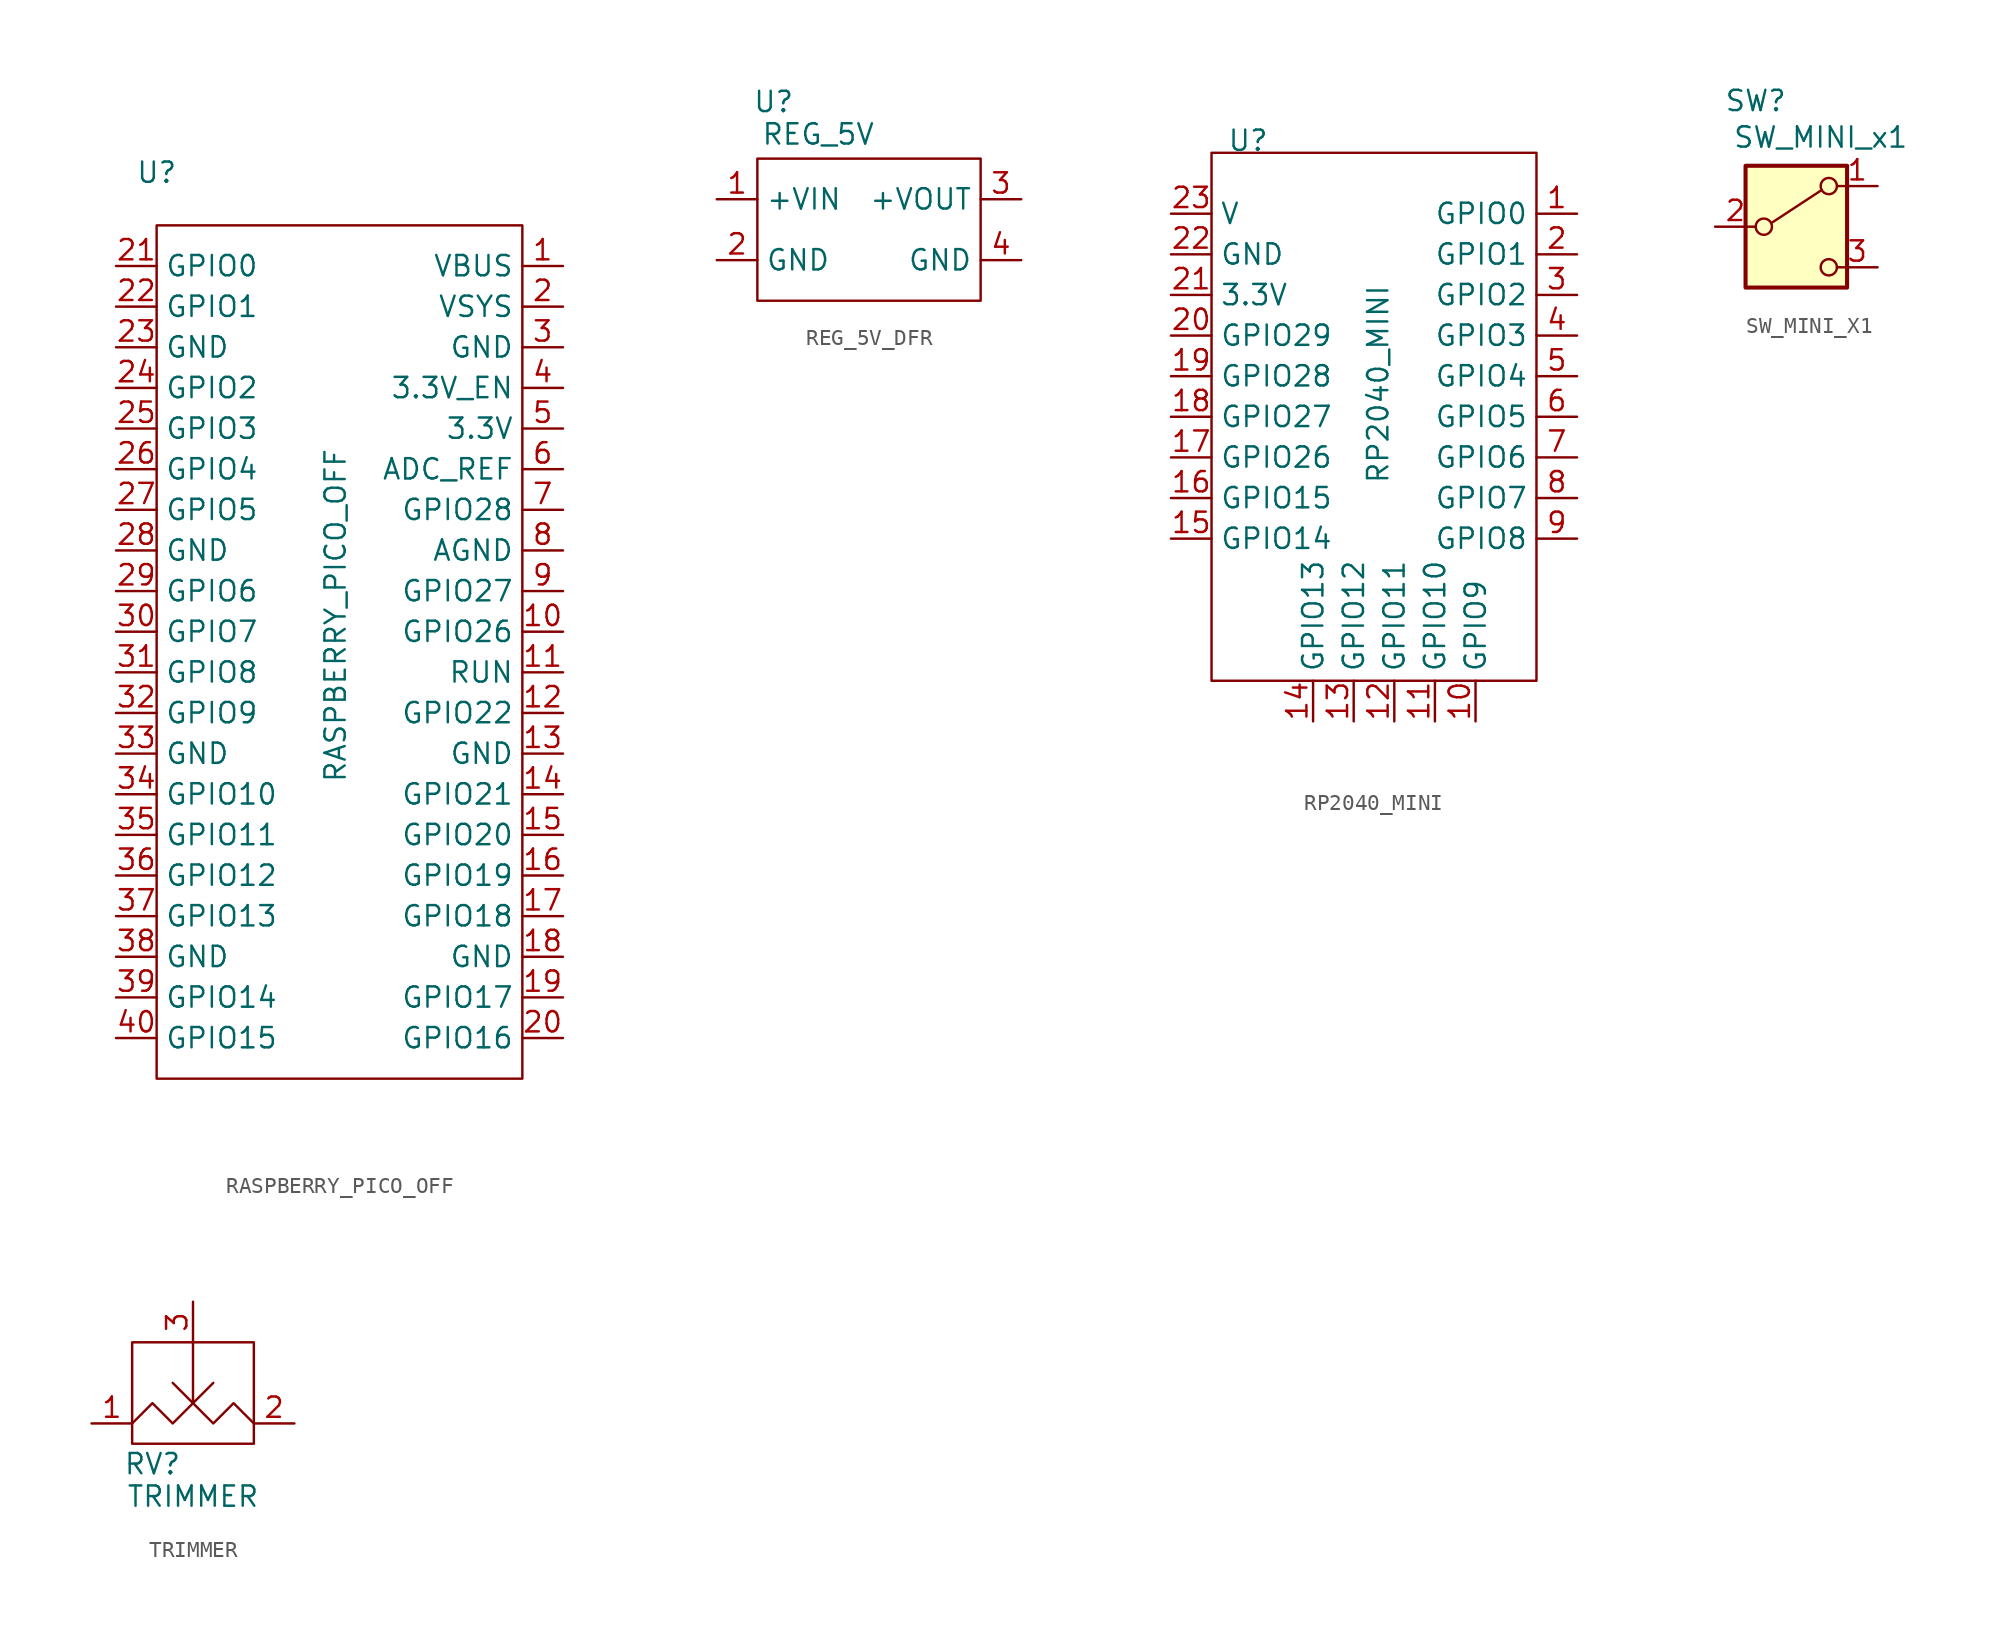
<source format=kicad_sym>
(kicad_symbol_lib
  (version 20241209)
  (generator "kicad_symbol_editor")
  (generator_version "9.0")
  (symbol "RASPBERRY_PICO_OFF"
    (property "Reference" "U"
      (at -11.43 24.892 0)
      (effects (font (size 1.27 1.27))))
    (property "Value" "RASPBERRY_PICO_OFF"
      (at -0.254 -2.794 90)
      (effects (font (size 1.27 1.27))))
    (symbol "RASPBERRY_PICO_OFF_0_1"
      (rectangle (start -11.43 21.59) (end 11.43 -31.75) (stroke (width 0) (type default)) (fill (type none))))
    (symbol "RASPBERRY_PICO_OFF_1_1"
      (pin bidirectional line (at -13.97 19.05 0) (length 2.54) (name "GPIO0" (effects (font (size 1.27 1.27)))) (number "21" (effects (font (size 1.27 1.27)))))
      (pin bidirectional line (at -13.97 16.51 0) (length 2.54) (name "GPIO1" (effects (font (size 1.27 1.27)))) (number "22" (effects (font (size 1.27 1.27)))))
      (pin bidirectional line (at -13.97 13.97 0) (length 2.54) (name "GND" (effects (font (size 1.27 1.27)))) (number "23" (effects (font (size 1.27 1.27)))))
      (pin bidirectional line (at -13.97 11.43 0) (length 2.54) (name "GPIO2" (effects (font (size 1.27 1.27)))) (number "24" (effects (font (size 1.27 1.27)))))
      (pin bidirectional line (at -13.97 8.89 0) (length 2.54) (name "GPIO3" (effects (font (size 1.27 1.27)))) (number "25" (effects (font (size 1.27 1.27)))))
      (pin bidirectional line (at -13.97 6.35 0) (length 2.54) (name "GPIO4" (effects (font (size 1.27 1.27)))) (number "26" (effects (font (size 1.27 1.27)))))
      (pin bidirectional line (at -13.97 3.81 0) (length 2.54) (name "GPIO5" (effects (font (size 1.27 1.27)))) (number "27" (effects (font (size 1.27 1.27)))))
      (pin bidirectional line (at -13.97 1.27 0) (length 2.54) (name "GND" (effects (font (size 1.27 1.27)))) (number "28" (effects (font (size 1.27 1.27)))))
      (pin bidirectional line (at -13.97 -1.27 0) (length 2.54) (name "GPIO6" (effects (font (size 1.27 1.27)))) (number "29" (effects (font (size 1.27 1.27)))))
      (pin bidirectional line (at -13.97 -3.81 0) (length 2.54) (name "GPIO7" (effects (font (size 1.27 1.27)))) (number "30" (effects (font (size 1.27 1.27)))))
      (pin bidirectional line (at -13.97 -6.35 0) (length 2.54) (name "GPIO8" (effects (font (size 1.27 1.27)))) (number "31" (effects (font (size 1.27 1.27)))))
      (pin bidirectional line (at -13.97 -8.89 0) (length 2.54) (name "GPIO9" (effects (font (size 1.27 1.27)))) (number "32" (effects (font (size 1.27 1.27)))))
      (pin bidirectional line (at -13.97 -11.43 0) (length 2.54) (name "GND" (effects (font (size 1.27 1.27)))) (number "33" (effects (font (size 1.27 1.27)))))
      (pin bidirectional line (at -13.97 -13.97 0) (length 2.54) (name "GPIO10" (effects (font (size 1.27 1.27)))) (number "34" (effects (font (size 1.27 1.27)))))
      (pin bidirectional line (at -13.97 -16.51 0) (length 2.54) (name "GPIO11" (effects (font (size 1.27 1.27)))) (number "35" (effects (font (size 1.27 1.27)))))
      (pin bidirectional line (at -13.97 -19.05 0) (length 2.54) (name "GPIO12" (effects (font (size 1.27 1.27)))) (number "36" (effects (font (size 1.27 1.27)))))
      (pin bidirectional line (at -13.97 -21.59 0) (length 2.54) (name "GPIO13" (effects (font (size 1.27 1.27)))) (number "37" (effects (font (size 1.27 1.27)))))
      (pin bidirectional line (at -13.97 -24.13 0) (length 2.54) (name "GND" (effects (font (size 1.27 1.27)))) (number "38" (effects (font (size 1.27 1.27)))))
      (pin bidirectional line (at -13.97 -26.67 0) (length 2.54) (name "GPIO14" (effects (font (size 1.27 1.27)))) (number "39" (effects (font (size 1.27 1.27)))))
      (pin bidirectional line (at -13.97 -29.21 0) (length 2.54) (name "GPIO15" (effects (font (size 1.27 1.27)))) (number "40" (effects (font (size 1.27 1.27)))))
      (pin power_in line (at 13.97 19.05 180) (length 2.54) (name "VBUS" (effects (font (size 1.27 1.27)))) (number "1" (effects (font (size 1.27 1.27)))))
      (pin power_in line (at 13.97 16.51 180) (length 2.54) (name "VSYS" (effects (font (size 1.27 1.27)))) (number "2" (effects (font (size 1.27 1.27)))))
      (pin power_in line (at 13.97 13.97 180) (length 2.54) (name "GND" (effects (font (size 1.27 1.27)))) (number "3" (effects (font (size 1.27 1.27)))))
      (pin bidirectional line (at 13.97 11.43 180) (length 2.54) (name "3.3V_EN" (effects (font (size 1.27 1.27)))) (number "4" (effects (font (size 1.27 1.27)))))
      (pin power_out line (at 13.97 8.89 180) (length 2.54) (name "3.3V" (effects (font (size 1.27 1.27)))) (number "5" (effects (font (size 1.27 1.27)))))
      (pin bidirectional line (at 13.97 6.35 180) (length 2.54) (name "ADC_REF" (effects (font (size 1.27 1.27)))) (number "6" (effects (font (size 1.27 1.27)))))
      (pin bidirectional line (at 13.97 3.81 180) (length 2.54) (name "GPIO28" (effects (font (size 1.27 1.27)))) (number "7" (effects (font (size 1.27 1.27)))))
      (pin bidirectional line (at 13.97 1.27 180) (length 2.54) (name "AGND" (effects (font (size 1.27 1.27)))) (number "8" (effects (font (size 1.27 1.27)))))
      (pin bidirectional line (at 13.97 -1.27 180) (length 2.54) (name "GPIO27" (effects (font (size 1.27 1.27)))) (number "9" (effects (font (size 1.27 1.27)))))
      (pin bidirectional line (at 13.97 -3.81 180) (length 2.54) (name "GPIO26" (effects (font (size 1.27 1.27)))) (number "10" (effects (font (size 1.27 1.27)))))
      (pin bidirectional line (at 13.97 -6.35 180) (length 2.54) (name "RUN" (effects (font (size 1.27 1.27)))) (number "11" (effects (font (size 1.27 1.27)))))
      (pin bidirectional line (at 13.97 -8.89 180) (length 2.54) (name "GPIO22" (effects (font (size 1.27 1.27)))) (number "12" (effects (font (size 1.27 1.27)))))
      (pin bidirectional line (at 13.97 -11.43 180) (length 2.54) (name "GND" (effects (font (size 1.27 1.27)))) (number "13" (effects (font (size 1.27 1.27)))))
      (pin bidirectional line (at 13.97 -13.97 180) (length 2.54) (name "GPIO21" (effects (font (size 1.27 1.27)))) (number "14" (effects (font (size 1.27 1.27)))))
      (pin bidirectional line (at 13.97 -16.51 180) (length 2.54) (name "GPIO20" (effects (font (size 1.27 1.27)))) (number "15" (effects (font (size 1.27 1.27)))))
      (pin bidirectional line (at 13.97 -19.05 180) (length 2.54) (name "GPIO19" (effects (font (size 1.27 1.27)))) (number "16" (effects (font (size 1.27 1.27)))))
      (pin bidirectional line (at 13.97 -21.59 180) (length 2.54) (name "GPIO18" (effects (font (size 1.27 1.27)))) (number "17" (effects (font (size 1.27 1.27)))))
      (pin bidirectional line (at 13.97 -24.13 180) (length 2.54) (name "GND" (effects (font (size 1.27 1.27)))) (number "18" (effects (font (size 1.27 1.27)))))
      (pin bidirectional line (at 13.97 -26.67 180) (length 2.54) (name "GPIO17" (effects (font (size 1.27 1.27)))) (number "19" (effects (font (size 1.27 1.27)))))
      (pin bidirectional line (at 13.97 -29.21 180) (length 2.54) (name "GPIO16" (effects (font (size 1.27 1.27)))) (number "20" (effects (font (size 1.27 1.27)))))))
  (symbol "REG_5V_DFR"
    (property "Reference" "U"
      (at -7.874 11.176 0)
      (effects (font (size 1.27 1.27))))
    (property "Value" "REG_5V"
      (at -5.08 9.144 0)
      (effects (font (size 1.27 1.27))))
    (symbol "REG_5V_DFR_0_1"
      (rectangle (start -8.89 7.62) (end 5.08 -1.27) (stroke (width 0) (type default)) (fill (type none))))
    (symbol "REG_5V_DFR_1_1"
      (pin power_in line (at -11.43 5.08 0) (length 2.54) (name "+VIN" (effects (font (size 1.27 1.27)))) (number "1" (effects (font (size 1.27 1.27)))))
      (pin power_in line (at -11.43 1.27 0) (length 2.54) (name "GND" (effects (font (size 1.27 1.27)))) (number "2" (effects (font (size 1.27 1.27)))))
      (pin power_out line (at 7.62 5.08 180) (length 2.54) (name "+VOUT" (effects (font (size 1.27 1.27)))) (number "3" (effects (font (size 1.27 1.27)))))
      (pin power_out line (at 7.62 1.27 180) (length 2.54) (name "GND" (effects (font (size 1.27 1.27)))) (number "4" (effects (font (size 1.27 1.27)))))))
  (symbol "RP2040_MINI"
    (property "Reference" "U"
      (at -6.604 14.732 0)
      (effects (font (size 1.27 1.27))))
    (property "Value" "RP2040_MINI"
      (at 1.524 -0.508 90)
      (effects (font (size 1.27 1.27))))
    (symbol "RP2040_MINI_0_1"
      (rectangle (start -8.89 13.97) (end 11.43 -19.05) (stroke (width 0) (type default)) (fill (type none))))
    (symbol "RP2040_MINI_1_1"
      (pin power_in line (at -11.43 10.16 0) (length 2.54) (name "V" (effects (font (size 1.27 1.27)))) (number "23" (effects (font (size 1.27 1.27)))))
      (pin power_in line (at -11.43 7.62 0) (length 2.54) (name "GND" (effects (font (size 1.27 1.27)))) (number "22" (effects (font (size 1.27 1.27)))))
      (pin power_out line (at -11.43 5.08 0) (length 2.54) (name "3.3V" (effects (font (size 1.27 1.27)))) (number "21" (effects (font (size 1.27 1.27)))))
      (pin input line (at -11.43 2.54 0) (length 2.54) (name "GPIO29" (effects (font (size 1.27 1.27)))) (number "20" (effects (font (size 1.27 1.27)))))
      (pin input line (at -11.43 0 0) (length 2.54) (name "GPIO28" (effects (font (size 1.27 1.27)))) (number "19" (effects (font (size 1.27 1.27)))))
      (pin input line (at -11.43 -2.54 0) (length 2.54) (name "GPIO27" (effects (font (size 1.27 1.27)))) (number "18" (effects (font (size 1.27 1.27)))))
      (pin input line (at -11.43 -5.08 0) (length 2.54) (name "GPIO26" (effects (font (size 1.27 1.27)))) (number "17" (effects (font (size 1.27 1.27)))))
      (pin input line (at -11.43 -7.62 0) (length 2.54) (name "GPIO15" (effects (font (size 1.27 1.27)))) (number "16" (effects (font (size 1.27 1.27)))))
      (pin input line (at -11.43 -10.16 0) (length 2.54) (name "GPIO14" (effects (font (size 1.27 1.27)))) (number "15" (effects (font (size 1.27 1.27)))))
      (pin input line (at -2.54 -21.59 90) (length 2.54) (name "GPIO13" (effects (font (size 1.27 1.27)))) (number "14" (effects (font (size 1.27 1.27)))))
      (pin input line (at 0 -21.59 90) (length 2.54) (name "GPIO12" (effects (font (size 1.27 1.27)))) (number "13" (effects (font (size 1.27 1.27)))))
      (pin input line (at 2.54 -21.59 90) (length 2.54) (name "GPIO11" (effects (font (size 1.27 1.27)))) (number "12" (effects (font (size 1.27 1.27)))))
      (pin input line (at 5.08 -21.59 90) (length 2.54) (name "GPIO10" (effects (font (size 1.27 1.27)))) (number "11" (effects (font (size 1.27 1.27)))))
      (pin input line (at 7.62 -21.59 90) (length 2.54) (name "GPIO9" (effects (font (size 1.27 1.27)))) (number "10" (effects (font (size 1.27 1.27)))))
      (pin input line (at 13.97 10.16 180) (length 2.54) (name "GPIO0" (effects (font (size 1.27 1.27)))) (number "1" (effects (font (size 1.27 1.27)))))
      (pin input line (at 13.97 7.62 180) (length 2.54) (name "GPIO1" (effects (font (size 1.27 1.27)))) (number "2" (effects (font (size 1.27 1.27)))))
      (pin input line (at 13.97 5.08 180) (length 2.54) (name "GPIO2" (effects (font (size 1.27 1.27)))) (number "3" (effects (font (size 1.27 1.27)))))
      (pin input line (at 13.97 2.54 180) (length 2.54) (name "GPIO3" (effects (font (size 1.27 1.27)))) (number "4" (effects (font (size 1.27 1.27)))))
      (pin input line (at 13.97 0 180) (length 2.54) (name "GPIO4" (effects (font (size 1.27 1.27)))) (number "5" (effects (font (size 1.27 1.27)))))
      (pin input line (at 13.97 -2.54 180) (length 2.54) (name "GPIO5" (effects (font (size 1.27 1.27)))) (number "6" (effects (font (size 1.27 1.27)))))
      (pin input line (at 13.97 -5.08 180) (length 2.54) (name "GPIO6" (effects (font (size 1.27 1.27)))) (number "7" (effects (font (size 1.27 1.27)))))
      (pin input line (at 13.97 -7.62 180) (length 2.54) (name "GPIO7" (effects (font (size 1.27 1.27)))) (number "8" (effects (font (size 1.27 1.27)))))
      (pin input line (at 13.97 -10.16 180) (length 2.54) (name "GPIO8" (effects (font (size 1.27 1.27)))) (number "9" (effects (font (size 1.27 1.27)))))))
  (symbol "SW_MINI_X1"
    (pin_names
      (offset 0)
      (hide yes))
    (property "Reference" "SW"
      (at -2.54 7.874 0)
      (effects (font (size 1.27 1.27))))
    (property "Value" "SW_MINI_x1"
      (at 1.524 5.588 0)
      (effects (font (size 1.27 1.27))))
    (symbol "SW_MINI_X1_0_0"
      (circle (center -2.032 0) (radius 0.508) (stroke (width 0) (type default)) (fill (type none)))
      (circle (center 2.032 -2.54) (radius 0.508) (stroke (width 0) (type default)) (fill (type none))))
    (symbol "SW_MINI_X1_0_1"
      (rectangle (start -3.175 3.81) (end 3.175 -3.81) (stroke (width 0.254) (type default)) (fill (type background)))
      (polyline (pts (xy -1.524 0.254) (xy 1.575 2.286)) (stroke (width 0) (type default)) (fill (type none)))
      (circle (center 2.032 2.54) (radius 0.508) (stroke (width 0) (type default)) (fill (type none))))
    (symbol "SW_MINI_X1_1_1"
      (pin passive line (at -5.08 0 0) (length 2.54) (name "B" (effects (font (size 1.27 1.27)))) (number "2" (effects (font (size 1.27 1.27)))))
      (pin passive line (at 5.08 2.54 180) (length 2.54) (name "A" (effects (font (size 1.27 1.27)))) (number "1" (effects (font (size 1.27 1.27)))))
      (pin passive line (at 5.08 -2.54 180) (length 2.54) (name "C" (effects (font (size 1.27 1.27)))) (number "3" (effects (font (size 1.27 1.27)))))))
  (symbol "TRIMMER"
    (property "Reference" "RV"
      (at -2.54 -3.81 0)
      (effects (font (size 1.27 1.27))))
    (property "Value" "TRIMMER"
      (at 0 -5.842 0)
      (effects (font (size 1.27 1.27))))
    (symbol "TRIMMER_0_1"
      (polyline (pts (xy -3.81 -1.27) (xy -2.54 0) (xy -1.27 -1.27) (xy 0 0) (xy 1.27 -1.27) (xy 2.54 0) (xy 3.81 -1.27)) (stroke (width 0) (type default)) (fill (type none)))
      (rectangle (start -3.81 -2.54) (end 3.81 3.81) (stroke (width 0) (type default)) (fill (type none)))
      (polyline (pts (xy 0 3.81) (xy 0 0) (xy 1.27 1.27) (xy 0 0) (xy -1.27 1.27)) (stroke (width 0) (type default)) (fill (type none))))
    (symbol "TRIMMER_1_1"
      (pin passive line (at -6.35 -1.27 0) (length 2.54) (name "" (effects (font (size 1.27 1.27)))) (number "1" (effects (font (size 1.27 1.27)))))
      (pin passive line (at 0 6.35 270) (length 2.54) (name "" (effects (font (size 1.27 1.27)))) (number "3" (effects (font (size 1.27 1.27)))))
      (pin passive line (at 6.35 -1.27 180) (length 2.54) (name "" (effects (font (size 1.27 1.27)))) (number "2" (effects (font (size 1.27 1.27))))))))
</source>
